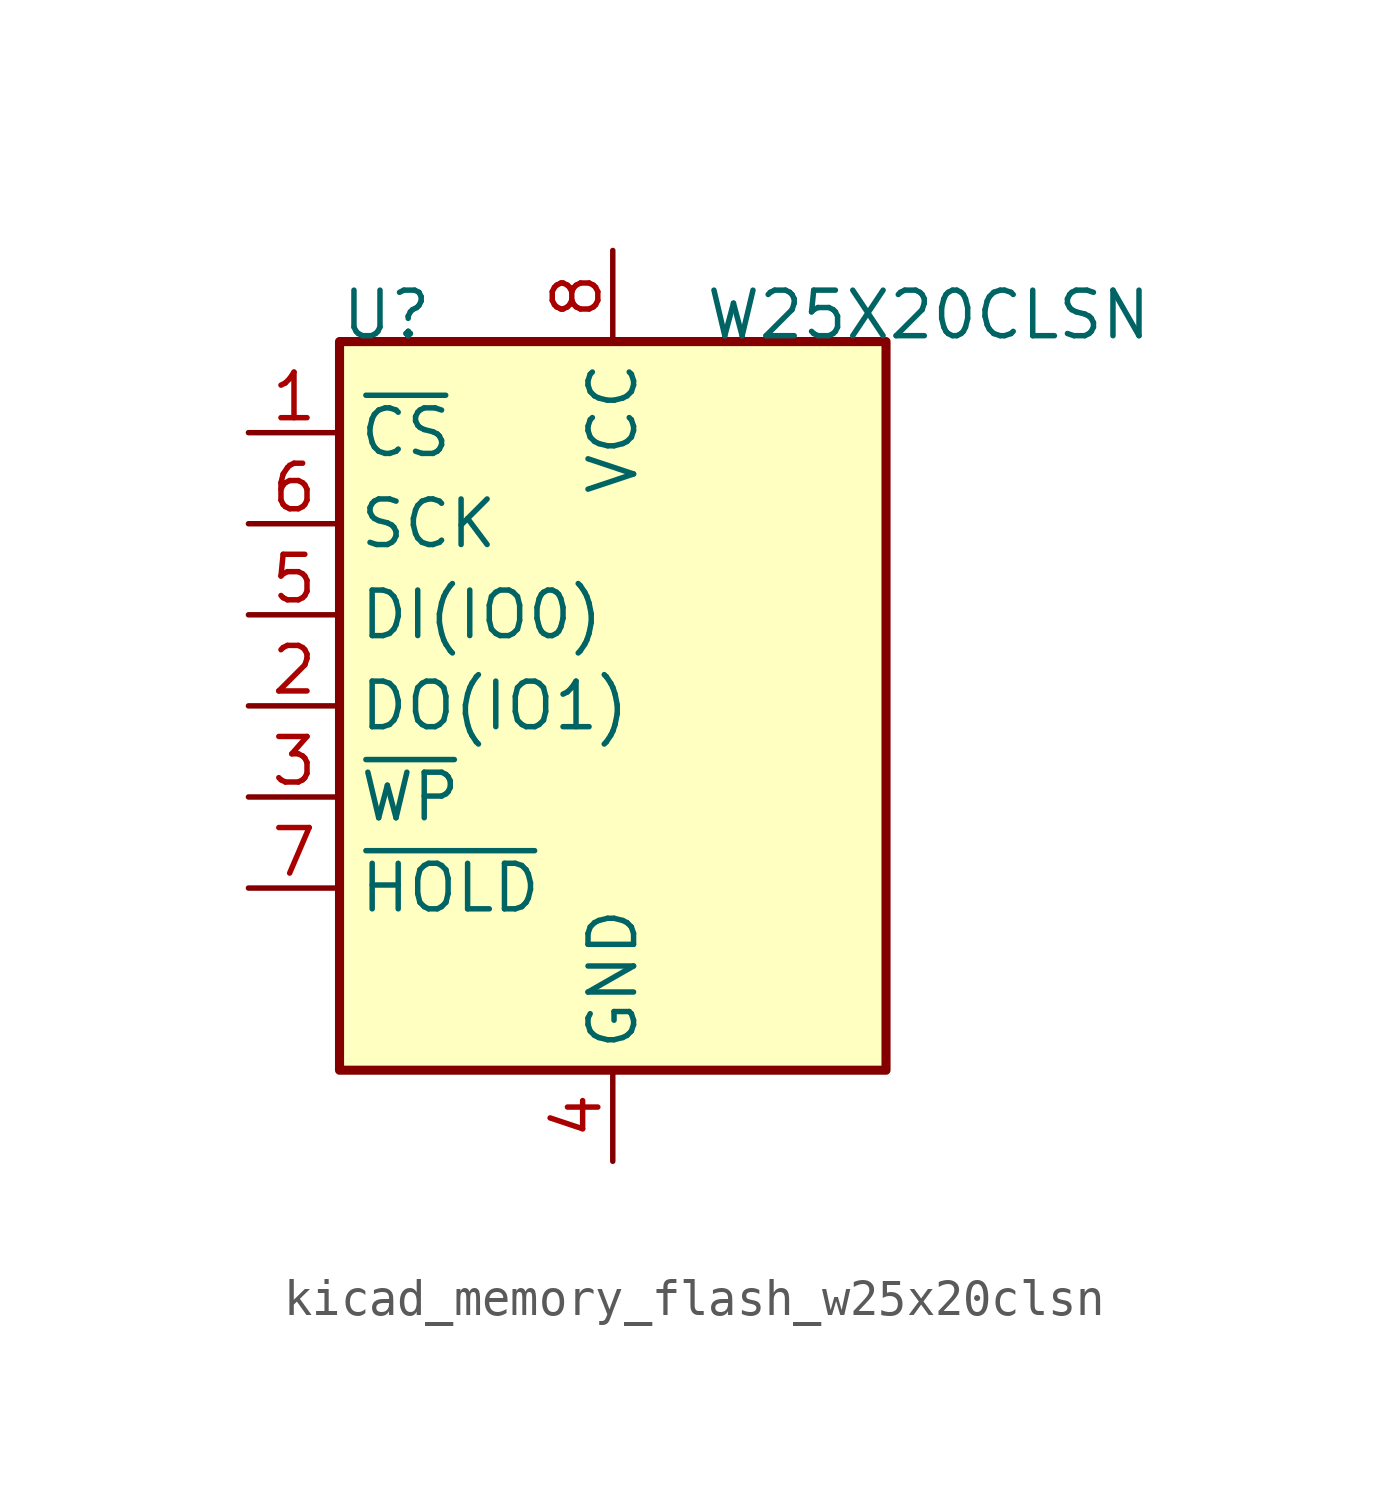
<source format=kicad_sym>
(kicad_symbol_lib
  (version 20220914)
  (generator kicad_symbol_editor)
  (symbol "kicad_memory_flash_w25x20clsn"
    (property "Reference" "U"
      (at -7.62 10.16 0)
      (effects (font (size 1.27 1.27)) (justify left bottom)))
    (property "Value" "W25X20CLSN"
      (at 2.54 10.16 0)
      (effects (font (size 1.27 1.27)) (justify left bottom)))
    (symbol "kicad_memory_flash_w25x20clsn_0_1"
      (rectangle (start -7.62 10.16) (end 7.62 -10.16) (stroke (width 0.254) (type default)) (fill (type background))))
    (symbol "kicad_memory_flash_w25x20clsn_1_1"
      (pin input line (at -10.16 7.62 0) (length 2.54) (name "~{CS}" (effects (font (size 1.27 1.27)))) (number "1" (effects (font (size 1.27 1.27)))))
      (pin bidirectional line (at -10.16 0 0) (length 2.54) (name "DO(IO1)" (effects (font (size 1.27 1.27)))) (number "2" (effects (font (size 1.27 1.27)))))
      (pin bidirectional line (at -10.16 -2.54 0) (length 2.54) (name "~{WP}" (effects (font (size 1.27 1.27)))) (number "3" (effects (font (size 1.27 1.27)))))
      (pin power_in line (at 0 -12.7 90) (length 2.54) (name "GND" (effects (font (size 1.27 1.27)))) (number "4" (effects (font (size 1.27 1.27)))))
      (pin bidirectional line (at -10.16 2.54 0) (length 2.54) (name "DI(IO0)" (effects (font (size 1.27 1.27)))) (number "5" (effects (font (size 1.27 1.27)))))
      (pin input line (at -10.16 5.08 0) (length 2.54) (name "SCK" (effects (font (size 1.27 1.27)))) (number "6" (effects (font (size 1.27 1.27)))))
      (pin bidirectional line (at -10.16 -5.08 0) (length 2.54) (name "~{HOLD}" (effects (font (size 1.27 1.27)))) (number "7" (effects (font (size 1.27 1.27)))))
      (pin power_in line (at 0 12.7 270) (length 2.54) (name "VCC" (effects (font (size 1.27 1.27)))) (number "8" (effects (font (size 1.27 1.27))))))))
</source>
